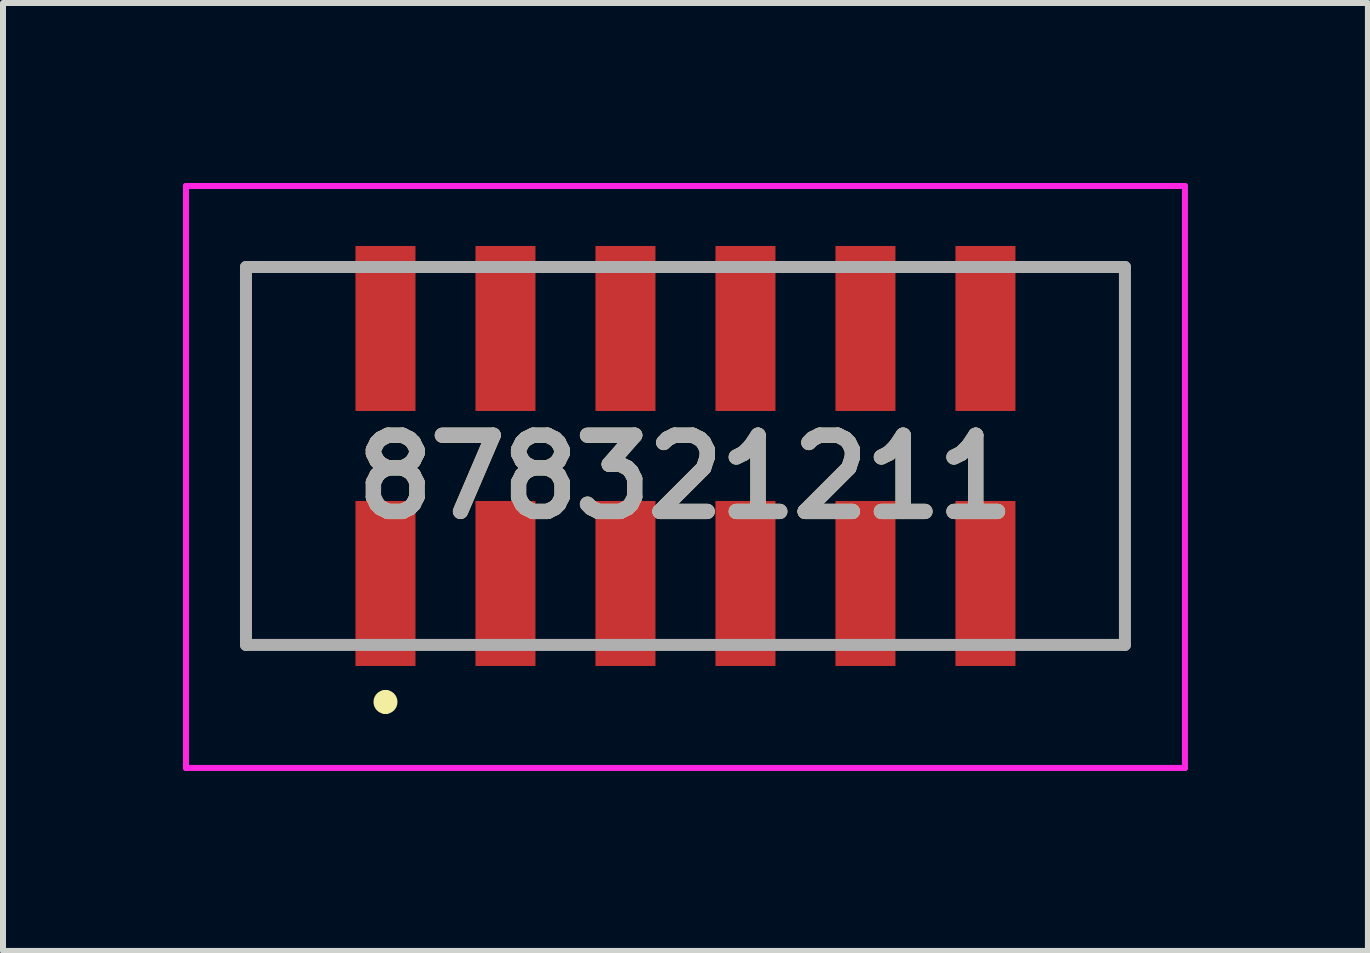
<source format=kicad_pcb>
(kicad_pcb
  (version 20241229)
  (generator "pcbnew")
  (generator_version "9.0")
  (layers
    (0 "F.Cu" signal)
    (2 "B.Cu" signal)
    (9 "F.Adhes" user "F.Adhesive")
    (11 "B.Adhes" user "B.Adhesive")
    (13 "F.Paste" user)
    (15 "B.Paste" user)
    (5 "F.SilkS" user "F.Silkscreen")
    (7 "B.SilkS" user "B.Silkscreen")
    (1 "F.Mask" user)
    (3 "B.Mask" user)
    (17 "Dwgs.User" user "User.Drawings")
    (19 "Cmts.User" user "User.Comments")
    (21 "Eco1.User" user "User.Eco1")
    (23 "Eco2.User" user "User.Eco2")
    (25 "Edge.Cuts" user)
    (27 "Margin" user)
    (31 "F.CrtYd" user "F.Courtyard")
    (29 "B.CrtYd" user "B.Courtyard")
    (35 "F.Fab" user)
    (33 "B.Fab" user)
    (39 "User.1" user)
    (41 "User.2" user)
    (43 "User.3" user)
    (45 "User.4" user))
  (footprint "878321211"
    (layer "F.Cu")
    (at 8.375 4.55)
    (property "Reference" "878321211" (at 0 0.35 0) (layer "F.SilkS") (effects (font (size 1.27 1.27) (thickness 0.254))))
    (attr through_hole)
    (fp_line (start -7.325 -3.15) (end -7.325 3.15) (stroke (width 0.1) (type solid)) (layer "F.SilkS"))
    (fp_line (start -5 4) (end -5 4) (stroke (width 0.2) (type solid)) (layer "F.SilkS"))
    (fp_line (start -5 4.2) (end -5 4.2) (stroke (width 0.2) (type solid)) (layer "F.SilkS"))
    (fp_line (start 7.325 -3.15) (end 7.325 3.15) (stroke (width 0.1) (type solid)) (layer "F.SilkS"))
    (fp_arc (start -5 4) (mid -4.9 4.1) (end -5 4.2) (stroke (width 0.2) (type solid)) (layer "F.SilkS"))
    (fp_arc (start -5 4.2) (mid -5.1 4.1) (end -5 4) (stroke (width 0.2) (type solid)) (layer "F.SilkS"))
    (fp_line (start -8.325 -4.5) (end 8.325 -4.5) (stroke (width 0.1) (type solid)) (layer "F.CrtYd"))
    (fp_line (start -8.325 5.2) (end -8.325 -4.5) (stroke (width 0.1) (type solid)) (layer "F.CrtYd"))
    (fp_line (start 8.325 -4.5) (end 8.325 5.2) (stroke (width 0.1) (type solid)) (layer "F.CrtYd"))
    (fp_line (start 8.325 5.2) (end -8.325 5.2) (stroke (width 0.1) (type solid)) (layer "F.CrtYd"))
    (fp_line (start -7.325 -3.15) (end 7.325 -3.15) (stroke (width 0.2) (type solid)) (layer "F.Fab"))
    (fp_line (start -7.325 3.15) (end -7.325 -3.15) (stroke (width 0.2) (type solid)) (layer "F.Fab"))
    (fp_line (start 7.325 -3.15) (end 7.325 3.15) (stroke (width 0.2) (type solid)) (layer "F.Fab"))
    (fp_line (start 7.325 3.15) (end -7.325 3.15) (stroke (width 0.2) (type solid)) (layer "F.Fab"))
    (fp_text user "${REFERENCE}" (at 0 0.35 0) (layer "F.Fab") (effects (font (size 1.27 1.27) (thickness 0.254))))
    (pad "" np_thru_hole circle (at -4 -0.005) (size 0.001 0.001) (drill 1.05) (layers "*.Cu" "*.Mask"))
    (pad "" np_thru_hole circle (at 4 -0.005) (size 0.001 0.001) (drill 1.05) (layers "*.Cu" "*.Mask"))
    (pad "1" smd rect (at -5 2.125) (size 1 2.75) (layers "F.Cu" "F.Mask" "F.Paste"))
    (pad "2" smd rect (at -5 -2.125) (size 1 2.75) (layers "F.Cu" "F.Mask" "F.Paste"))
    (pad "3" smd rect (at -3 2.125) (size 1 2.75) (layers "F.Cu" "F.Mask" "F.Paste"))
    (pad "4" smd rect (at -3 -2.125) (size 1 2.75) (layers "F.Cu" "F.Mask" "F.Paste"))
    (pad "5" smd rect (at -1 2.125) (size 1 2.75) (layers "F.Cu" "F.Mask" "F.Paste"))
    (pad "6" smd rect (at -1 -2.125) (size 1 2.75) (layers "F.Cu" "F.Mask" "F.Paste"))
    (pad "7" smd rect (at 1 2.125) (size 1 2.75) (layers "F.Cu" "F.Mask" "F.Paste"))
    (pad "8" smd rect (at 1 -2.125) (size 1 2.75) (layers "F.Cu" "F.Mask" "F.Paste"))
    (pad "9" smd rect (at 3 2.125) (size 1 2.75) (layers "F.Cu" "F.Mask" "F.Paste"))
    (pad "10" smd rect (at 3 -2.125) (size 1 2.75) (layers "F.Cu" "F.Mask" "F.Paste"))
    (pad "11" smd rect (at 5 2.125) (size 1 2.75) (layers "F.Cu" "F.Mask" "F.Paste"))
    (pad "12" smd rect (at 5 -2.125) (size 1 2.75) (layers "F.Cu" "F.Mask" "F.Paste")))
  (gr_rect
    (start -3 -3)
    (end 19.75 12.8)
    (stroke (width 0.1) (type default))
    (fill no)
    (layer "Edge.Cuts")))
</source>
